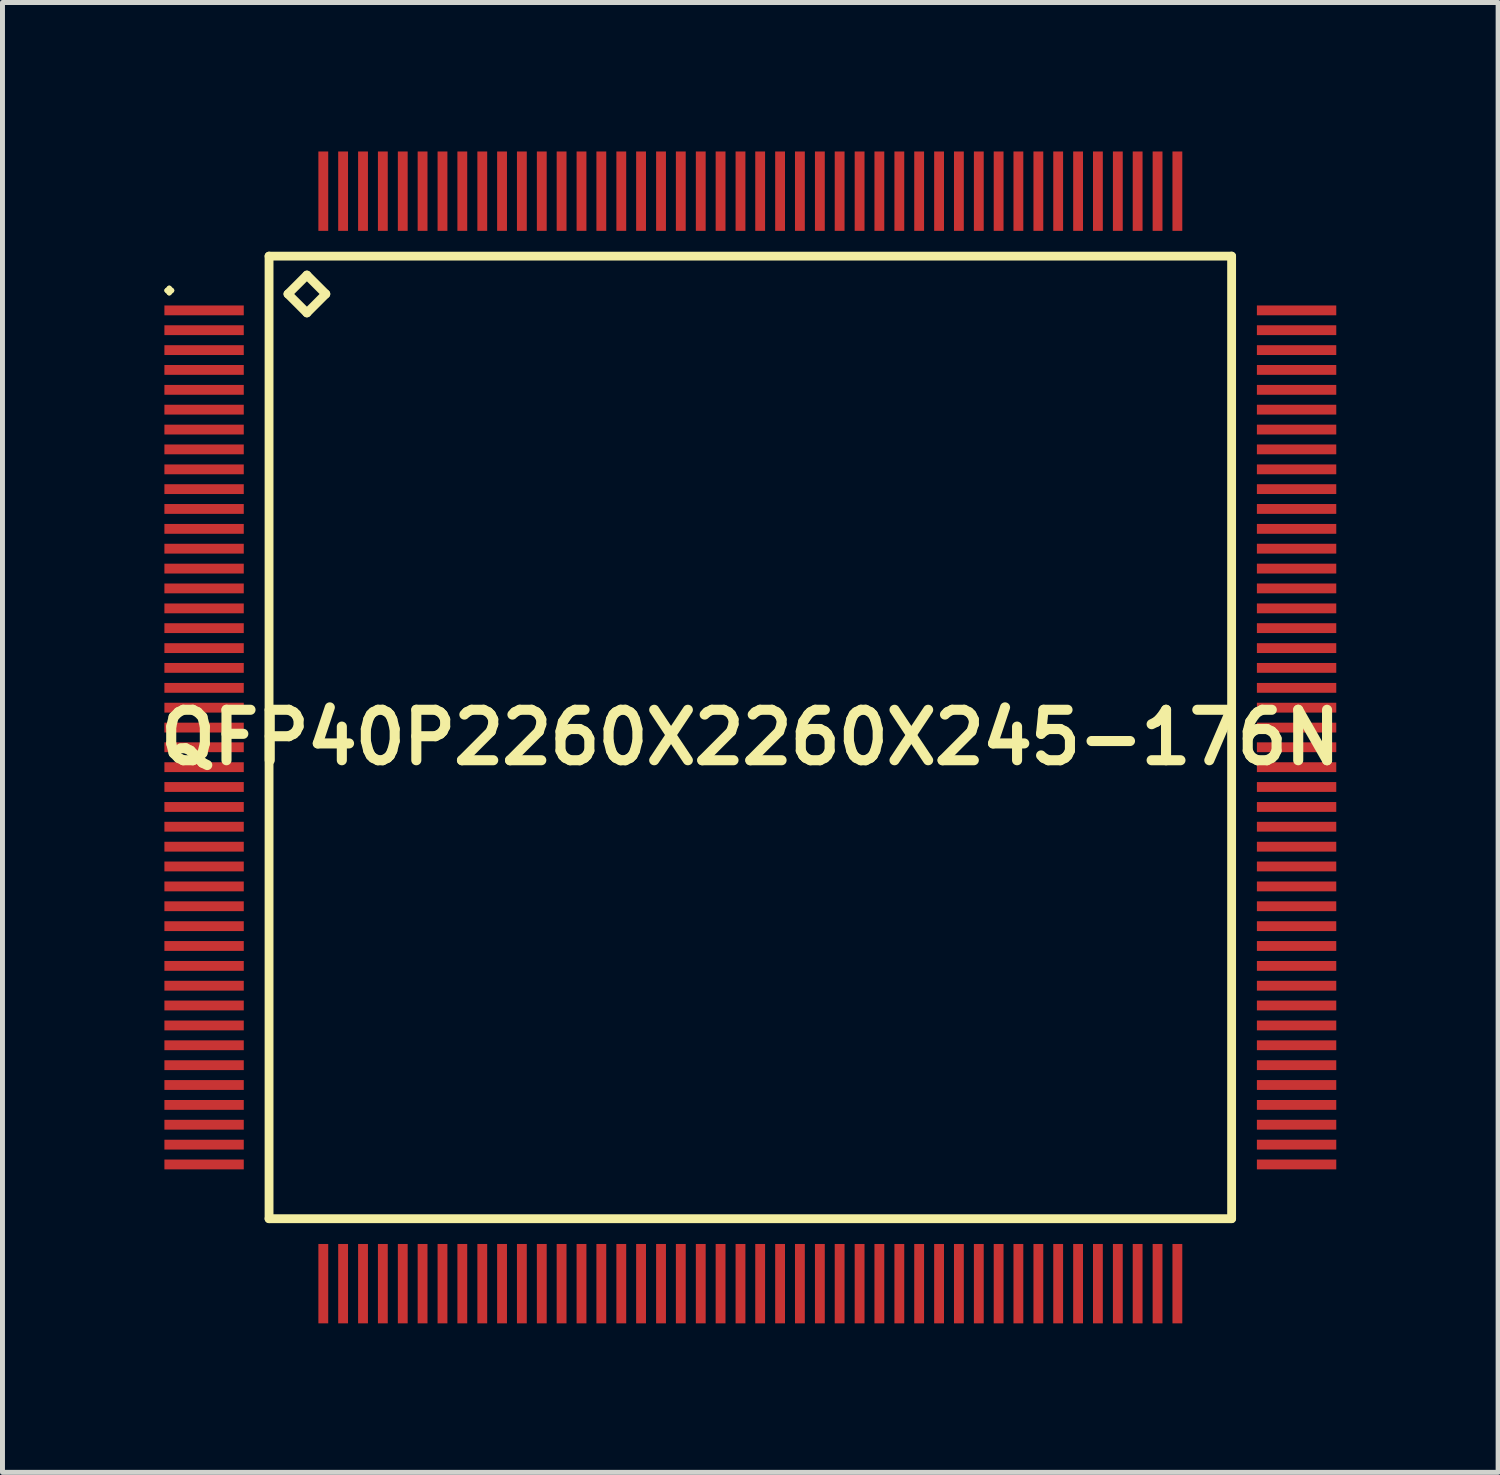
<source format=kicad_pcb>
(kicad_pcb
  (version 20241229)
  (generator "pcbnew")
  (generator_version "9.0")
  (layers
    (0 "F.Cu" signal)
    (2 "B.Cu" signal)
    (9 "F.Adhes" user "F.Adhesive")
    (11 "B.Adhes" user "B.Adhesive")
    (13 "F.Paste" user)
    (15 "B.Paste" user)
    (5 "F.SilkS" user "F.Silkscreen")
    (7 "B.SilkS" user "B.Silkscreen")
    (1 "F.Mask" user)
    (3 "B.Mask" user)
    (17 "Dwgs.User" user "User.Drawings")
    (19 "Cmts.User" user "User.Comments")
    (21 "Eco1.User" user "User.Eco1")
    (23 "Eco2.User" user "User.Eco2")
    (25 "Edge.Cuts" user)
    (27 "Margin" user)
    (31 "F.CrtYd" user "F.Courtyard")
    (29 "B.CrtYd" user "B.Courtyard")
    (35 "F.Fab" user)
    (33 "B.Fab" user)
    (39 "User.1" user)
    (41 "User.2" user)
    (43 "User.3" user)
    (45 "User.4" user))
  (footprint "QFP40P2260X2260X245-176N"
    (layer "F.Cu")
    (at 12.057 11.797)
    (property "Reference" "QFP40P2260X2260X245-176N" (at 0 0 0) (layer "F.SilkS") (effects (font (size 1.016 1.016) (thickness 0.203))))
    (attr smd)
    (fp_line (start -11.748 -8.999) (end -11.699 -9.047) (stroke (width 0.099) (type solid)) (layer "F.SilkS"))
    (fp_line (start -11.699 -9.047) (end -11.648 -8.999) (stroke (width 0.099) (type solid)) (layer "F.SilkS"))
    (fp_line (start -11.699 -8.948) (end -11.748 -8.999) (stroke (width 0.099) (type solid)) (layer "F.SilkS"))
    (fp_line (start -11.648 -8.999) (end -11.699 -8.948) (stroke (width 0.099) (type solid)) (layer "F.SilkS"))
    (fp_line (start -9.69 -9.69) (end -9.69 9.69) (stroke (width 0.178) (type solid)) (layer "F.SilkS"))
    (fp_line (start -9.69 9.69) (end 9.69 9.69) (stroke (width 0.178) (type solid)) (layer "F.SilkS"))
    (fp_line (start -9.309 -8.928) (end -8.928 -9.309) (stroke (width 0.178) (type solid)) (layer "F.SilkS"))
    (fp_line (start -8.928 -9.309) (end -8.547 -8.928) (stroke (width 0.178) (type solid)) (layer "F.SilkS"))
    (fp_line (start -8.928 -8.547) (end -9.309 -8.928) (stroke (width 0.178) (type solid)) (layer "F.SilkS"))
    (fp_line (start -8.547 -8.928) (end -8.928 -8.547) (stroke (width 0.178) (type solid)) (layer "F.SilkS"))
    (fp_line (start 9.69 -9.69) (end -9.69 -9.69) (stroke (width 0.178) (type solid)) (layer "F.SilkS"))
    (fp_line (start 9.69 9.69) (end 9.69 -9.69) (stroke (width 0.178) (type solid)) (layer "F.SilkS"))
    (pad "1" smd rect (at -10.998 -8.598) (size 1.598 0.198) (layers "F.Cu" "F.Mask" "F.Paste"))
    (pad "2" smd rect (at -10.998 -8.199) (size 1.598 0.198) (layers "F.Cu" "F.Mask" "F.Paste"))
    (pad "3" smd rect (at -10.998 -7.798) (size 1.598 0.198) (layers "F.Cu" "F.Mask" "F.Paste"))
    (pad "4" smd rect (at -10.998 -7.399) (size 1.598 0.198) (layers "F.Cu" "F.Mask" "F.Paste"))
    (pad "5" smd rect (at -10.998 -6.998) (size 1.598 0.198) (layers "F.Cu" "F.Mask" "F.Paste"))
    (pad "6" smd rect (at -10.998 -6.599) (size 1.598 0.198) (layers "F.Cu" "F.Mask" "F.Paste"))
    (pad "7" smd rect (at -10.998 -6.198) (size 1.598 0.198) (layers "F.Cu" "F.Mask" "F.Paste"))
    (pad "8" smd rect (at -10.998 -5.799) (size 1.598 0.198) (layers "F.Cu" "F.Mask" "F.Paste"))
    (pad "9" smd rect (at -10.998 -5.397) (size 1.598 0.198) (layers "F.Cu" "F.Mask" "F.Paste"))
    (pad "10" smd rect (at -10.998 -4.999) (size 1.598 0.198) (layers "F.Cu" "F.Mask" "F.Paste"))
    (pad "11" smd rect (at -10.998 -4.6) (size 1.598 0.198) (layers "F.Cu" "F.Mask" "F.Paste"))
    (pad "12" smd rect (at -10.998 -4.199) (size 1.598 0.198) (layers "F.Cu" "F.Mask" "F.Paste"))
    (pad "13" smd rect (at -10.998 -3.8) (size 1.598 0.198) (layers "F.Cu" "F.Mask" "F.Paste"))
    (pad "14" smd rect (at -10.998 -3.399) (size 1.598 0.198) (layers "F.Cu" "F.Mask" "F.Paste"))
    (pad "15" smd rect (at -10.998 -3) (size 1.598 0.198) (layers "F.Cu" "F.Mask" "F.Paste"))
    (pad "16" smd rect (at -10.998 -2.598) (size 1.598 0.198) (layers "F.Cu" "F.Mask" "F.Paste"))
    (pad "17" smd rect (at -10.998 -2.2) (size 1.598 0.198) (layers "F.Cu" "F.Mask" "F.Paste"))
    (pad "18" smd rect (at -10.998 -1.798) (size 1.598 0.198) (layers "F.Cu" "F.Mask" "F.Paste"))
    (pad "19" smd rect (at -10.998 -1.4) (size 1.598 0.198) (layers "F.Cu" "F.Mask" "F.Paste"))
    (pad "20" smd rect (at -10.998 -0.998) (size 1.598 0.198) (layers "F.Cu" "F.Mask" "F.Paste"))
    (pad "21" smd rect (at -10.998 -0.599) (size 1.598 0.198) (layers "F.Cu" "F.Mask" "F.Paste"))
    (pad "22" smd rect (at -10.998 -0.198) (size 1.598 0.198) (layers "F.Cu" "F.Mask" "F.Paste"))
    (pad "23" smd rect (at -10.998 0.198) (size 1.598 0.198) (layers "F.Cu" "F.Mask" "F.Paste"))
    (pad "24" smd rect (at -10.998 0.599) (size 1.598 0.198) (layers "F.Cu" "F.Mask" "F.Paste"))
    (pad "25" smd rect (at -10.998 0.998) (size 1.598 0.198) (layers "F.Cu" "F.Mask" "F.Paste"))
    (pad "26" smd rect (at -10.998 1.4) (size 1.598 0.198) (layers "F.Cu" "F.Mask" "F.Paste"))
    (pad "27" smd rect (at -10.998 1.798) (size 1.598 0.198) (layers "F.Cu" "F.Mask" "F.Paste"))
    (pad "28" smd rect (at -10.998 2.2) (size 1.598 0.198) (layers "F.Cu" "F.Mask" "F.Paste"))
    (pad "29" smd rect (at -10.998 2.598) (size 1.598 0.198) (layers "F.Cu" "F.Mask" "F.Paste"))
    (pad "30" smd rect (at -10.998 3) (size 1.598 0.198) (layers "F.Cu" "F.Mask" "F.Paste"))
    (pad "31" smd rect (at -10.998 3.399) (size 1.598 0.198) (layers "F.Cu" "F.Mask" "F.Paste"))
    (pad "32" smd rect (at -10.998 3.8) (size 1.598 0.198) (layers "F.Cu" "F.Mask" "F.Paste"))
    (pad "33" smd rect (at -10.998 4.199) (size 1.598 0.198) (layers "F.Cu" "F.Mask" "F.Paste"))
    (pad "34" smd rect (at -10.998 4.6) (size 1.598 0.198) (layers "F.Cu" "F.Mask" "F.Paste"))
    (pad "35" smd rect (at -10.998 4.999) (size 1.598 0.198) (layers "F.Cu" "F.Mask" "F.Paste"))
    (pad "36" smd rect (at -10.998 5.397) (size 1.598 0.198) (layers "F.Cu" "F.Mask" "F.Paste"))
    (pad "37" smd rect (at -10.998 5.799) (size 1.598 0.198) (layers "F.Cu" "F.Mask" "F.Paste"))
    (pad "38" smd rect (at -10.998 6.198) (size 1.598 0.198) (layers "F.Cu" "F.Mask" "F.Paste"))
    (pad "39" smd rect (at -10.998 6.599) (size 1.598 0.198) (layers "F.Cu" "F.Mask" "F.Paste"))
    (pad "40" smd rect (at -10.998 6.998) (size 1.598 0.198) (layers "F.Cu" "F.Mask" "F.Paste"))
    (pad "41" smd rect (at -10.998 7.399) (size 1.598 0.198) (layers "F.Cu" "F.Mask" "F.Paste"))
    (pad "42" smd rect (at -10.998 7.798) (size 1.598 0.198) (layers "F.Cu" "F.Mask" "F.Paste"))
    (pad "43" smd rect (at -10.998 8.199) (size 1.598 0.198) (layers "F.Cu" "F.Mask" "F.Paste"))
    (pad "44" smd rect (at -10.998 8.598) (size 1.598 0.198) (layers "F.Cu" "F.Mask" "F.Paste"))
    (pad "45" smd rect (at -8.598 10.998) (size 0.198 1.598) (layers "F.Cu" "F.Mask" "F.Paste"))
    (pad "46" smd rect (at -8.199 10.998) (size 0.198 1.598) (layers "F.Cu" "F.Mask" "F.Paste"))
    (pad "47" smd rect (at -7.798 10.998) (size 0.198 1.598) (layers "F.Cu" "F.Mask" "F.Paste"))
    (pad "48" smd rect (at -7.399 10.998) (size 0.198 1.598) (layers "F.Cu" "F.Mask" "F.Paste"))
    (pad "49" smd rect (at -6.998 10.998) (size 0.198 1.598) (layers "F.Cu" "F.Mask" "F.Paste"))
    (pad "50" smd rect (at -6.599 10.998) (size 0.198 1.598) (layers "F.Cu" "F.Mask" "F.Paste"))
    (pad "51" smd rect (at -6.198 10.998) (size 0.198 1.598) (layers "F.Cu" "F.Mask" "F.Paste"))
    (pad "52" smd rect (at -5.799 10.998) (size 0.198 1.598) (layers "F.Cu" "F.Mask" "F.Paste"))
    (pad "53" smd rect (at -5.397 10.998) (size 0.198 1.598) (layers "F.Cu" "F.Mask" "F.Paste"))
    (pad "54" smd rect (at -4.999 10.998) (size 0.198 1.598) (layers "F.Cu" "F.Mask" "F.Paste"))
    (pad "55" smd rect (at -4.6 10.998) (size 0.198 1.598) (layers "F.Cu" "F.Mask" "F.Paste"))
    (pad "56" smd rect (at -4.199 10.998) (size 0.198 1.598) (layers "F.Cu" "F.Mask" "F.Paste"))
    (pad "57" smd rect (at -3.8 10.998) (size 0.198 1.598) (layers "F.Cu" "F.Mask" "F.Paste"))
    (pad "58" smd rect (at -3.399 10.998) (size 0.198 1.598) (layers "F.Cu" "F.Mask" "F.Paste"))
    (pad "59" smd rect (at -3 10.998) (size 0.198 1.598) (layers "F.Cu" "F.Mask" "F.Paste"))
    (pad "60" smd rect (at -2.598 10.998) (size 0.198 1.598) (layers "F.Cu" "F.Mask" "F.Paste"))
    (pad "61" smd rect (at -2.2 10.998) (size 0.198 1.598) (layers "F.Cu" "F.Mask" "F.Paste"))
    (pad "62" smd rect (at -1.798 10.998) (size 0.198 1.598) (layers "F.Cu" "F.Mask" "F.Paste"))
    (pad "63" smd rect (at -1.4 10.998) (size 0.198 1.598) (layers "F.Cu" "F.Mask" "F.Paste"))
    (pad "64" smd rect (at -0.998 10.998) (size 0.198 1.598) (layers "F.Cu" "F.Mask" "F.Paste"))
    (pad "65" smd rect (at -0.599 10.998) (size 0.198 1.598) (layers "F.Cu" "F.Mask" "F.Paste"))
    (pad "66" smd rect (at -0.198 10.998) (size 0.198 1.598) (layers "F.Cu" "F.Mask" "F.Paste"))
    (pad "67" smd rect (at 0.198 10.998) (size 0.198 1.598) (layers "F.Cu" "F.Mask" "F.Paste"))
    (pad "68" smd rect (at 0.599 10.998) (size 0.198 1.598) (layers "F.Cu" "F.Mask" "F.Paste"))
    (pad "69" smd rect (at 0.998 10.998) (size 0.198 1.598) (layers "F.Cu" "F.Mask" "F.Paste"))
    (pad "70" smd rect (at 1.4 10.998) (size 0.198 1.598) (layers "F.Cu" "F.Mask" "F.Paste"))
    (pad "71" smd rect (at 1.798 10.998) (size 0.198 1.598) (layers "F.Cu" "F.Mask" "F.Paste"))
    (pad "72" smd rect (at 2.2 10.998) (size 0.198 1.598) (layers "F.Cu" "F.Mask" "F.Paste"))
    (pad "73" smd rect (at 2.598 10.998) (size 0.198 1.598) (layers "F.Cu" "F.Mask" "F.Paste"))
    (pad "74" smd rect (at 3 10.998) (size 0.198 1.598) (layers "F.Cu" "F.Mask" "F.Paste"))
    (pad "75" smd rect (at 3.399 10.998) (size 0.198 1.598) (layers "F.Cu" "F.Mask" "F.Paste"))
    (pad "76" smd rect (at 3.8 10.998) (size 0.198 1.598) (layers "F.Cu" "F.Mask" "F.Paste"))
    (pad "77" smd rect (at 4.199 10.998) (size 0.198 1.598) (layers "F.Cu" "F.Mask" "F.Paste"))
    (pad "78" smd rect (at 4.6 10.998) (size 0.198 1.598) (layers "F.Cu" "F.Mask" "F.Paste"))
    (pad "79" smd rect (at 4.999 10.998) (size 0.198 1.598) (layers "F.Cu" "F.Mask" "F.Paste"))
    (pad "80" smd rect (at 5.397 10.998) (size 0.198 1.598) (layers "F.Cu" "F.Mask" "F.Paste"))
    (pad "81" smd rect (at 5.799 10.998) (size 0.198 1.598) (layers "F.Cu" "F.Mask" "F.Paste"))
    (pad "82" smd rect (at 6.198 10.998) (size 0.198 1.598) (layers "F.Cu" "F.Mask" "F.Paste"))
    (pad "83" smd rect (at 6.599 10.998) (size 0.198 1.598) (layers "F.Cu" "F.Mask" "F.Paste"))
    (pad "84" smd rect (at 6.998 10.998) (size 0.198 1.598) (layers "F.Cu" "F.Mask" "F.Paste"))
    (pad "85" smd rect (at 7.399 10.998) (size 0.198 1.598) (layers "F.Cu" "F.Mask" "F.Paste"))
    (pad "86" smd rect (at 7.798 10.998) (size 0.198 1.598) (layers "F.Cu" "F.Mask" "F.Paste"))
    (pad "87" smd rect (at 8.199 10.998) (size 0.198 1.598) (layers "F.Cu" "F.Mask" "F.Paste"))
    (pad "88" smd rect (at 8.598 10.998) (size 0.198 1.598) (layers "F.Cu" "F.Mask" "F.Paste"))
    (pad "89" smd rect (at 10.998 8.598) (size 1.598 0.198) (layers "F.Cu" "F.Mask" "F.Paste"))
    (pad "90" smd rect (at 10.998 8.199) (size 1.598 0.198) (layers "F.Cu" "F.Mask" "F.Paste"))
    (pad "91" smd rect (at 10.998 7.798) (size 1.598 0.198) (layers "F.Cu" "F.Mask" "F.Paste"))
    (pad "92" smd rect (at 10.998 7.399) (size 1.598 0.198) (layers "F.Cu" "F.Mask" "F.Paste"))
    (pad "93" smd rect (at 10.998 6.998) (size 1.598 0.198) (layers "F.Cu" "F.Mask" "F.Paste"))
    (pad "94" smd rect (at 10.998 6.599) (size 1.598 0.198) (layers "F.Cu" "F.Mask" "F.Paste"))
    (pad "95" smd rect (at 10.998 6.198) (size 1.598 0.198) (layers "F.Cu" "F.Mask" "F.Paste"))
    (pad "96" smd rect (at 10.998 5.799) (size 1.598 0.198) (layers "F.Cu" "F.Mask" "F.Paste"))
    (pad "97" smd rect (at 10.998 5.397) (size 1.598 0.198) (layers "F.Cu" "F.Mask" "F.Paste"))
    (pad "98" smd rect (at 10.998 4.999) (size 1.598 0.198) (layers "F.Cu" "F.Mask" "F.Paste"))
    (pad "99" smd rect (at 10.998 4.6) (size 1.598 0.198) (layers "F.Cu" "F.Mask" "F.Paste"))
    (pad "100" smd rect (at 10.998 4.199) (size 1.598 0.198) (layers "F.Cu" "F.Mask" "F.Paste"))
    (pad "101" smd rect (at 10.998 3.8) (size 1.598 0.198) (layers "F.Cu" "F.Mask" "F.Paste"))
    (pad "102" smd rect (at 10.998 3.399) (size 1.598 0.198) (layers "F.Cu" "F.Mask" "F.Paste"))
    (pad "103" smd rect (at 10.998 3) (size 1.598 0.198) (layers "F.Cu" "F.Mask" "F.Paste"))
    (pad "104" smd rect (at 10.998 2.598) (size 1.598 0.198) (layers "F.Cu" "F.Mask" "F.Paste"))
    (pad "105" smd rect (at 10.998 2.2) (size 1.598 0.198) (layers "F.Cu" "F.Mask" "F.Paste"))
    (pad "106" smd rect (at 10.998 1.798) (size 1.598 0.198) (layers "F.Cu" "F.Mask" "F.Paste"))
    (pad "107" smd rect (at 10.998 1.4) (size 1.598 0.198) (layers "F.Cu" "F.Mask" "F.Paste"))
    (pad "108" smd rect (at 10.998 0.998) (size 1.598 0.198) (layers "F.Cu" "F.Mask" "F.Paste"))
    (pad "109" smd rect (at 10.998 0.599) (size 1.598 0.198) (layers "F.Cu" "F.Mask" "F.Paste"))
    (pad "110" smd rect (at 10.998 0.198) (size 1.598 0.198) (layers "F.Cu" "F.Mask" "F.Paste"))
    (pad "111" smd rect (at 10.998 -0.198) (size 1.598 0.198) (layers "F.Cu" "F.Mask" "F.Paste"))
    (pad "112" smd rect (at 10.998 -0.599) (size 1.598 0.198) (layers "F.Cu" "F.Mask" "F.Paste"))
    (pad "113" smd rect (at 10.998 -0.998) (size 1.598 0.198) (layers "F.Cu" "F.Mask" "F.Paste"))
    (pad "114" smd rect (at 10.998 -1.4) (size 1.598 0.198) (layers "F.Cu" "F.Mask" "F.Paste"))
    (pad "115" smd rect (at 10.998 -1.798) (size 1.598 0.198) (layers "F.Cu" "F.Mask" "F.Paste"))
    (pad "116" smd rect (at 10.998 -2.2) (size 1.598 0.198) (layers "F.Cu" "F.Mask" "F.Paste"))
    (pad "117" smd rect (at 10.998 -2.598) (size 1.598 0.198) (layers "F.Cu" "F.Mask" "F.Paste"))
    (pad "118" smd rect (at 10.998 -3) (size 1.598 0.198) (layers "F.Cu" "F.Mask" "F.Paste"))
    (pad "119" smd rect (at 10.998 -3.399) (size 1.598 0.198) (layers "F.Cu" "F.Mask" "F.Paste"))
    (pad "120" smd rect (at 10.998 -3.8) (size 1.598 0.198) (layers "F.Cu" "F.Mask" "F.Paste"))
    (pad "121" smd rect (at 10.998 -4.199) (size 1.598 0.198) (layers "F.Cu" "F.Mask" "F.Paste"))
    (pad "122" smd rect (at 10.998 -4.6) (size 1.598 0.198) (layers "F.Cu" "F.Mask" "F.Paste"))
    (pad "123" smd rect (at 10.998 -4.999) (size 1.598 0.198) (layers "F.Cu" "F.Mask" "F.Paste"))
    (pad "124" smd rect (at 10.998 -5.397) (size 1.598 0.198) (layers "F.Cu" "F.Mask" "F.Paste"))
    (pad "125" smd rect (at 10.998 -5.799) (size 1.598 0.198) (layers "F.Cu" "F.Mask" "F.Paste"))
    (pad "126" smd rect (at 10.998 -6.198) (size 1.598 0.198) (layers "F.Cu" "F.Mask" "F.Paste"))
    (pad "127" smd rect (at 10.998 -6.599) (size 1.598 0.198) (layers "F.Cu" "F.Mask" "F.Paste"))
    (pad "128" smd rect (at 10.998 -6.998) (size 1.598 0.198) (layers "F.Cu" "F.Mask" "F.Paste"))
    (pad "129" smd rect (at 10.998 -7.399) (size 1.598 0.198) (layers "F.Cu" "F.Mask" "F.Paste"))
    (pad "130" smd rect (at 10.998 -7.798) (size 1.598 0.198) (layers "F.Cu" "F.Mask" "F.Paste"))
    (pad "131" smd rect (at 10.998 -8.199) (size 1.598 0.198) (layers "F.Cu" "F.Mask" "F.Paste"))
    (pad "132" smd rect (at 10.998 -8.598) (size 1.598 0.198) (layers "F.Cu" "F.Mask" "F.Paste"))
    (pad "133" smd rect (at 8.598 -10.998) (size 0.198 1.598) (layers "F.Cu" "F.Mask" "F.Paste"))
    (pad "134" smd rect (at 8.199 -10.998) (size 0.198 1.598) (layers "F.Cu" "F.Mask" "F.Paste"))
    (pad "135" smd rect (at 7.798 -10.998) (size 0.198 1.598) (layers "F.Cu" "F.Mask" "F.Paste"))
    (pad "136" smd rect (at 7.399 -10.998) (size 0.198 1.598) (layers "F.Cu" "F.Mask" "F.Paste"))
    (pad "137" smd rect (at 6.998 -10.998) (size 0.198 1.598) (layers "F.Cu" "F.Mask" "F.Paste"))
    (pad "138" smd rect (at 6.599 -10.998) (size 0.198 1.598) (layers "F.Cu" "F.Mask" "F.Paste"))
    (pad "139" smd rect (at 6.198 -10.998) (size 0.198 1.598) (layers "F.Cu" "F.Mask" "F.Paste"))
    (pad "140" smd rect (at 5.799 -10.998) (size 0.198 1.598) (layers "F.Cu" "F.Mask" "F.Paste"))
    (pad "141" smd rect (at 5.397 -10.998) (size 0.198 1.598) (layers "F.Cu" "F.Mask" "F.Paste"))
    (pad "142" smd rect (at 4.999 -10.998) (size 0.198 1.598) (layers "F.Cu" "F.Mask" "F.Paste"))
    (pad "143" smd rect (at 4.6 -10.998) (size 0.198 1.598) (layers "F.Cu" "F.Mask" "F.Paste"))
    (pad "144" smd rect (at 4.199 -10.998) (size 0.198 1.598) (layers "F.Cu" "F.Mask" "F.Paste"))
    (pad "145" smd rect (at 3.8 -10.998) (size 0.198 1.598) (layers "F.Cu" "F.Mask" "F.Paste"))
    (pad "146" smd rect (at 3.399 -10.998) (size 0.198 1.598) (layers "F.Cu" "F.Mask" "F.Paste"))
    (pad "147" smd rect (at 3 -10.998) (size 0.198 1.598) (layers "F.Cu" "F.Mask" "F.Paste"))
    (pad "148" smd rect (at 2.598 -10.998) (size 0.198 1.598) (layers "F.Cu" "F.Mask" "F.Paste"))
    (pad "149" smd rect (at 2.2 -10.998) (size 0.198 1.598) (layers "F.Cu" "F.Mask" "F.Paste"))
    (pad "150" smd rect (at 1.798 -10.998) (size 0.198 1.598) (layers "F.Cu" "F.Mask" "F.Paste"))
    (pad "151" smd rect (at 1.4 -10.998) (size 0.198 1.598) (layers "F.Cu" "F.Mask" "F.Paste"))
    (pad "152" smd rect (at 0.998 -10.998) (size 0.198 1.598) (layers "F.Cu" "F.Mask" "F.Paste"))
    (pad "153" smd rect (at 0.599 -10.998) (size 0.198 1.598) (layers "F.Cu" "F.Mask" "F.Paste"))
    (pad "154" smd rect (at 0.198 -10.998) (size 0.198 1.598) (layers "F.Cu" "F.Mask" "F.Paste"))
    (pad "155" smd rect (at -0.198 -10.998) (size 0.198 1.598) (layers "F.Cu" "F.Mask" "F.Paste"))
    (pad "156" smd rect (at -0.599 -10.998) (size 0.198 1.598) (layers "F.Cu" "F.Mask" "F.Paste"))
    (pad "157" smd rect (at -0.998 -10.998) (size 0.198 1.598) (layers "F.Cu" "F.Mask" "F.Paste"))
    (pad "158" smd rect (at -1.4 -10.998) (size 0.198 1.598) (layers "F.Cu" "F.Mask" "F.Paste"))
    (pad "159" smd rect (at -1.798 -10.998) (size 0.198 1.598) (layers "F.Cu" "F.Mask" "F.Paste"))
    (pad "160" smd rect (at -2.2 -10.998) (size 0.198 1.598) (layers "F.Cu" "F.Mask" "F.Paste"))
    (pad "161" smd rect (at -2.598 -10.998) (size 0.198 1.598) (layers "F.Cu" "F.Mask" "F.Paste"))
    (pad "162" smd rect (at -3 -10.998) (size 0.198 1.598) (layers "F.Cu" "F.Mask" "F.Paste"))
    (pad "163" smd rect (at -3.399 -10.998) (size 0.198 1.598) (layers "F.Cu" "F.Mask" "F.Paste"))
    (pad "164" smd rect (at -3.8 -10.998) (size 0.198 1.598) (layers "F.Cu" "F.Mask" "F.Paste"))
    (pad "165" smd rect (at -4.199 -10.998) (size 0.198 1.598) (layers "F.Cu" "F.Mask" "F.Paste"))
    (pad "166" smd rect (at -4.6 -10.998) (size 0.198 1.598) (layers "F.Cu" "F.Mask" "F.Paste"))
    (pad "167" smd rect (at -4.999 -10.998) (size 0.198 1.598) (layers "F.Cu" "F.Mask" "F.Paste"))
    (pad "168" smd rect (at -5.397 -10.998) (size 0.198 1.598) (layers "F.Cu" "F.Mask" "F.Paste"))
    (pad "169" smd rect (at -5.799 -10.998) (size 0.198 1.598) (layers "F.Cu" "F.Mask" "F.Paste"))
    (pad "170" smd rect (at -6.198 -10.998) (size 0.198 1.598) (layers "F.Cu" "F.Mask" "F.Paste"))
    (pad "171" smd rect (at -6.599 -10.998) (size 0.198 1.598) (layers "F.Cu" "F.Mask" "F.Paste"))
    (pad "172" smd rect (at -6.998 -10.998) (size 0.198 1.598) (layers "F.Cu" "F.Mask" "F.Paste"))
    (pad "173" smd rect (at -7.399 -10.998) (size 0.198 1.598) (layers "F.Cu" "F.Mask" "F.Paste"))
    (pad "174" smd rect (at -7.798 -10.998) (size 0.198 1.598) (layers "F.Cu" "F.Mask" "F.Paste"))
    (pad "175" smd rect (at -8.199 -10.998) (size 0.198 1.598) (layers "F.Cu" "F.Mask" "F.Paste"))
    (pad "176" smd rect (at -8.598 -10.998) (size 0.198 1.598) (layers "F.Cu" "F.Mask" "F.Paste")))
  (gr_rect
    (start -3 -3)
    (end 27.113 26.594)
    (stroke (width 0.1) (type default))
    (fill no)
    (layer "Edge.Cuts")))
</source>
